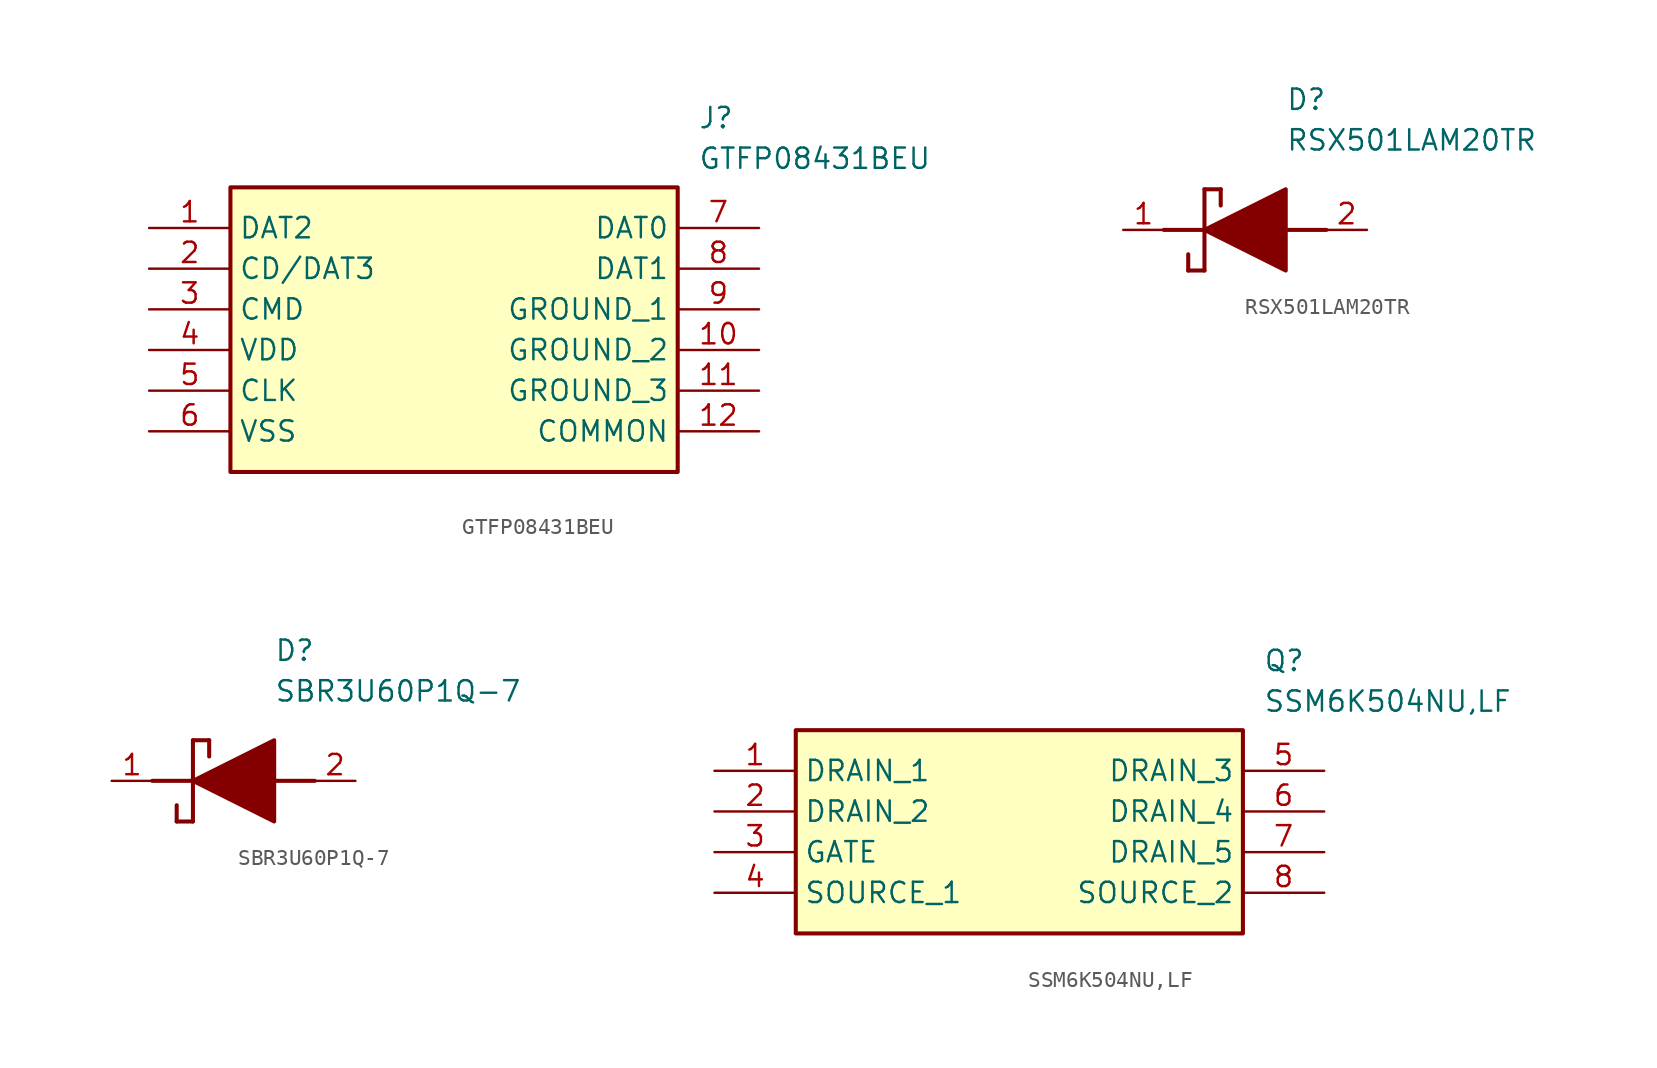
<source format=kicad_sym>
(kicad_symbol_lib
  (version 20220914)
  (generator kicad_symbol_editor)
  (symbol "GTFP08431BEU"
    (property "Reference" "J"
      (at 34.29 7.62 0)
      (effects (font (size 1.27 1.27)) (justify left top)))
    (property "Value" "GTFP08431BEU"
      (at 34.29 5.08 0)
      (effects (font (size 1.27 1.27)) (justify left top)))
    (symbol "GTFP08431BEU_1_1"
      (rectangle (start 5.08 2.54) (end 33.02 -15.24) (stroke (width 0.254) (type default)) (fill (type background)))
      (pin passive line (at 0 0 0) (length 5.08) (name "DAT2" (effects (font (size 1.27 1.27)))) (number "1" (effects (font (size 1.27 1.27)))))
      (pin passive line (at 38.1 -7.62 180) (length 5.08) (name "GROUND_2" (effects (font (size 1.27 1.27)))) (number "10" (effects (font (size 1.27 1.27)))))
      (pin passive line (at 38.1 -10.16 180) (length 5.08) (name "GROUND_3" (effects (font (size 1.27 1.27)))) (number "11" (effects (font (size 1.27 1.27)))))
      (pin passive line (at 38.1 -12.7 180) (length 5.08) (name "COMMON" (effects (font (size 1.27 1.27)))) (number "12" (effects (font (size 1.27 1.27)))))
      (pin passive line (at 0 -2.54 0) (length 5.08) (name "CD/DAT3" (effects (font (size 1.27 1.27)))) (number "2" (effects (font (size 1.27 1.27)))))
      (pin passive line (at 0 -5.08 0) (length 5.08) (name "CMD" (effects (font (size 1.27 1.27)))) (number "3" (effects (font (size 1.27 1.27)))))
      (pin passive line (at 0 -7.62 0) (length 5.08) (name "VDD" (effects (font (size 1.27 1.27)))) (number "4" (effects (font (size 1.27 1.27)))))
      (pin passive line (at 0 -10.16 0) (length 5.08) (name "CLK" (effects (font (size 1.27 1.27)))) (number "5" (effects (font (size 1.27 1.27)))))
      (pin passive line (at 0 -12.7 0) (length 5.08) (name "VSS" (effects (font (size 1.27 1.27)))) (number "6" (effects (font (size 1.27 1.27)))))
      (pin passive line (at 38.1 0 180) (length 5.08) (name "DAT0" (effects (font (size 1.27 1.27)))) (number "7" (effects (font (size 1.27 1.27)))))
      (pin passive line (at 38.1 -2.54 180) (length 5.08) (name "DAT1" (effects (font (size 1.27 1.27)))) (number "8" (effects (font (size 1.27 1.27)))))
      (pin passive line (at 38.1 -5.08 180) (length 5.08) (name "GROUND_1" (effects (font (size 1.27 1.27)))) (number "9" (effects (font (size 1.27 1.27)))))))
  (symbol "RSX501LAM20TR"
    (pin_names hide)
    (property "Reference" "D"
      (at 12.7 8.89 0)
      (effects (font (size 1.27 1.27)) (justify left top)))
    (property "Value" "RSX501LAM20TR"
      (at 12.7 6.35 0)
      (effects (font (size 1.27 1.27)) (justify left top)))
    (symbol "RSX501LAM20TR_1_1"
      (polyline (pts (xy 5.08 0) (xy 7.62 0)) (stroke (width 0.254) (type default)) (fill (type none)))
      (polyline (pts (xy 6.604 -1.524) (xy 6.604 -2.54)) (stroke (width 0.254) (type default)) (fill (type none)))
      (polyline (pts (xy 7.62 -2.54) (xy 6.604 -2.54)) (stroke (width 0.254) (type default)) (fill (type none)))
      (polyline (pts (xy 7.62 2.54) (xy 7.62 -2.54)) (stroke (width 0.254) (type default)) (fill (type none)))
      (polyline (pts (xy 7.62 2.54) (xy 8.636 2.54)) (stroke (width 0.254) (type default)) (fill (type none)))
      (polyline (pts (xy 8.636 1.524) (xy 8.636 2.54)) (stroke (width 0.254) (type default)) (fill (type none)))
      (polyline (pts (xy 12.7 0) (xy 15.24 0)) (stroke (width 0.254) (type default)) (fill (type none)))
      (polyline (pts (xy 7.62 0) (xy 12.7 2.54) (xy 12.7 -2.54) (xy 7.62 0)) (stroke (width 0.254) (type default)) (fill (type outline)))
      (pin passive line (at 2.54 0 0) (length 2.54) (name "K" (effects (font (size 1.27 1.27)))) (number "1" (effects (font (size 1.27 1.27)))))
      (pin passive line (at 17.78 0 180) (length 2.54) (name "A" (effects (font (size 1.27 1.27)))) (number "2" (effects (font (size 1.27 1.27)))))))
  (symbol "SBR3U60P1Q-7"
    (pin_names hide)
    (property "Reference" "D"
      (at 12.7 8.89 0)
      (effects (font (size 1.27 1.27)) (justify left top)))
    (property "Value" "SBR3U60P1Q-7"
      (at 12.7 6.35 0)
      (effects (font (size 1.27 1.27)) (justify left top)))
    (symbol "SBR3U60P1Q-7_1_1"
      (polyline (pts (xy 5.08 0) (xy 7.62 0)) (stroke (width 0.254) (type default)) (fill (type none)))
      (polyline (pts (xy 6.604 -1.524) (xy 6.604 -2.54)) (stroke (width 0.254) (type default)) (fill (type none)))
      (polyline (pts (xy 7.62 -2.54) (xy 6.604 -2.54)) (stroke (width 0.254) (type default)) (fill (type none)))
      (polyline (pts (xy 7.62 2.54) (xy 7.62 -2.54)) (stroke (width 0.254) (type default)) (fill (type none)))
      (polyline (pts (xy 7.62 2.54) (xy 8.636 2.54)) (stroke (width 0.254) (type default)) (fill (type none)))
      (polyline (pts (xy 8.636 1.524) (xy 8.636 2.54)) (stroke (width 0.254) (type default)) (fill (type none)))
      (polyline (pts (xy 12.7 0) (xy 15.24 0)) (stroke (width 0.254) (type default)) (fill (type none)))
      (polyline (pts (xy 7.62 0) (xy 12.7 2.54) (xy 12.7 -2.54) (xy 7.62 0)) (stroke (width 0.254) (type default)) (fill (type outline)))
      (pin passive line (at 2.54 0 0) (length 2.54) (name "K" (effects (font (size 1.27 1.27)))) (number "1" (effects (font (size 1.27 1.27)))))
      (pin passive line (at 17.78 0 180) (length 2.54) (name "A" (effects (font (size 1.27 1.27)))) (number "2" (effects (font (size 1.27 1.27)))))))
  (symbol "SSM6K504NU,LF"
    (property "Reference" "Q"
      (at 34.29 7.62 0)
      (effects (font (size 1.27 1.27)) (justify left top)))
    (property "Value" "SSM6K504NU,LF"
      (at 34.29 5.08 0)
      (effects (font (size 1.27 1.27)) (justify left top)))
    (symbol "SSM6K504NU,LF_1_1"
      (rectangle (start 5.08 2.54) (end 33.02 -10.16) (stroke (width 0.254) (type default)) (fill (type background)))
      (pin passive line (at 0 0 0) (length 5.08) (name "DRAIN_1" (effects (font (size 1.27 1.27)))) (number "1" (effects (font (size 1.27 1.27)))))
      (pin passive line (at 0 -2.54 0) (length 5.08) (name "DRAIN_2" (effects (font (size 1.27 1.27)))) (number "2" (effects (font (size 1.27 1.27)))))
      (pin passive line (at 0 -5.08 0) (length 5.08) (name "GATE" (effects (font (size 1.27 1.27)))) (number "3" (effects (font (size 1.27 1.27)))))
      (pin passive line (at 0 -7.62 0) (length 5.08) (name "SOURCE_1" (effects (font (size 1.27 1.27)))) (number "4" (effects (font (size 1.27 1.27)))))
      (pin passive line (at 38.1 0 180) (length 5.08) (name "DRAIN_3" (effects (font (size 1.27 1.27)))) (number "5" (effects (font (size 1.27 1.27)))))
      (pin passive line (at 38.1 -2.54 180) (length 5.08) (name "DRAIN_4" (effects (font (size 1.27 1.27)))) (number "6" (effects (font (size 1.27 1.27)))))
      (pin passive line (at 38.1 -5.08 180) (length 5.08) (name "DRAIN_5" (effects (font (size 1.27 1.27)))) (number "7" (effects (font (size 1.27 1.27)))))
      (pin passive line (at 38.1 -7.62 180) (length 5.08) (name "SOURCE_2" (effects (font (size 1.27 1.27)))) (number "8" (effects (font (size 1.27 1.27))))))))
</source>
